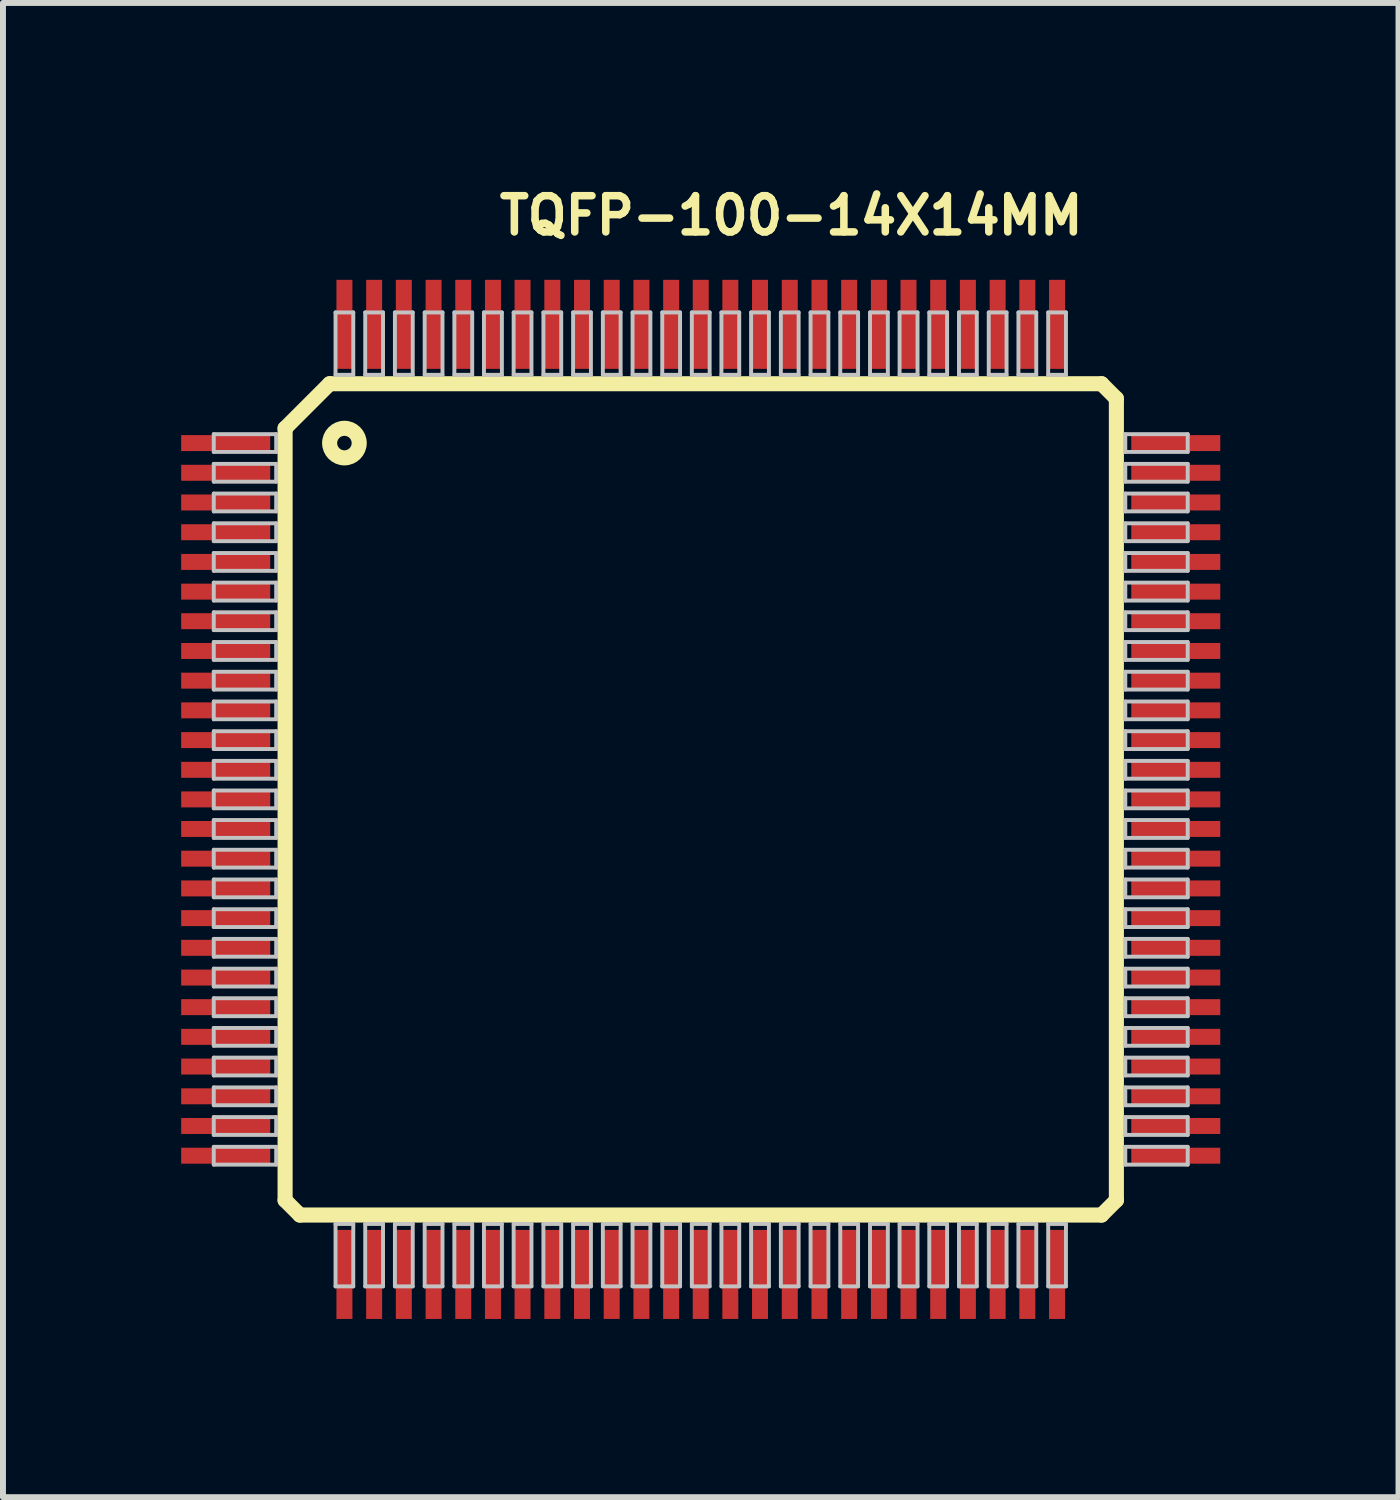
<source format=kicad_pcb>
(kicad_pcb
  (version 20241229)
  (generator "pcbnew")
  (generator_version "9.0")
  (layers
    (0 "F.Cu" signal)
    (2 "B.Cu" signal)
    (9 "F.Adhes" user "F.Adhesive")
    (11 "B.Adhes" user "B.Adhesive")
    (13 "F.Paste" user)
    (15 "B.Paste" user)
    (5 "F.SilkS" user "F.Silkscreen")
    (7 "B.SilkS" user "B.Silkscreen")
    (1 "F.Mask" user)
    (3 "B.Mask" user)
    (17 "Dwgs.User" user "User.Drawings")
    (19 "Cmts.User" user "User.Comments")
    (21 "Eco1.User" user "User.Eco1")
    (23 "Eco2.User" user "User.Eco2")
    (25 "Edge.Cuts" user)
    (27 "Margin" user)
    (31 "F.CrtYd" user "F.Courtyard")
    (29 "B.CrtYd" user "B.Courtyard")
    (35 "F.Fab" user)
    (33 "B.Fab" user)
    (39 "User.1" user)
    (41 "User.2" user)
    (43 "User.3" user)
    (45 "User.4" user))
  (footprint "TQFP-100-14X14MM"
    (layer "F.Cu")
    (at 8.748 10.409)
    (property "Reference" "TQFP-100-14X14MM" (at 1.524 -9.83 0) (layer "F.SilkS") (effects (font (size 0.61 0.61) (thickness 0.127))))
    (attr smd)
    (fp_line (start -6.998 -6.248) (end -6.248 -6.998) (stroke (width 0.254) (type solid)) (layer "F.SilkS"))
    (fp_line (start -6.998 6.749) (end -6.998 -6.248) (stroke (width 0.254) (type solid)) (layer "F.SilkS"))
    (fp_line (start -6.749 6.998) (end -6.998 6.749) (stroke (width 0.254) (type solid)) (layer "F.SilkS"))
    (fp_line (start -6.248 -6.998) (end 6.749 -6.998) (stroke (width 0.254) (type solid)) (layer "F.SilkS"))
    (fp_line (start 6.749 -6.998) (end 6.998 -6.749) (stroke (width 0.254) (type solid)) (layer "F.SilkS"))
    (fp_line (start 6.749 6.998) (end -6.749 6.998) (stroke (width 0.254) (type solid)) (layer "F.SilkS"))
    (fp_line (start 6.998 -6.749) (end 6.998 6.749) (stroke (width 0.254) (type solid)) (layer "F.SilkS"))
    (fp_line (start 6.998 6.749) (end 6.749 6.998) (stroke (width 0.254) (type solid)) (layer "F.SilkS"))
    (fp_circle (center -5.999 -5.999) (end -5.999 -6.248) (stroke (width 0.254) (type solid)) (fill no) (layer "F.SilkS"))
    (fp_line (start -8.199 -6.149) (end -7.148 -6.149) (stroke (width 0.066) (type solid)) (layer "Dwgs.User"))
    (fp_line (start -8.199 -5.85) (end -8.199 -6.149) (stroke (width 0.066) (type solid)) (layer "Dwgs.User"))
    (fp_line (start -8.199 -5.85) (end -7.148 -5.85) (stroke (width 0.066) (type solid)) (layer "Dwgs.User"))
    (fp_line (start -8.199 -5.649) (end -7.148 -5.649) (stroke (width 0.066) (type solid)) (layer "Dwgs.User"))
    (fp_line (start -8.199 -5.349) (end -8.199 -5.649) (stroke (width 0.066) (type solid)) (layer "Dwgs.User"))
    (fp_line (start -8.199 -5.349) (end -7.148 -5.349) (stroke (width 0.066) (type solid)) (layer "Dwgs.User"))
    (fp_line (start -8.199 -5.149) (end -7.148 -5.149) (stroke (width 0.066) (type solid)) (layer "Dwgs.User"))
    (fp_line (start -8.199 -4.849) (end -8.199 -5.149) (stroke (width 0.066) (type solid)) (layer "Dwgs.User"))
    (fp_line (start -8.199 -4.849) (end -7.148 -4.849) (stroke (width 0.066) (type solid)) (layer "Dwgs.User"))
    (fp_line (start -8.199 -4.648) (end -7.148 -4.648) (stroke (width 0.066) (type solid)) (layer "Dwgs.User"))
    (fp_line (start -8.199 -4.348) (end -8.199 -4.648) (stroke (width 0.066) (type solid)) (layer "Dwgs.User"))
    (fp_line (start -8.199 -4.348) (end -7.148 -4.348) (stroke (width 0.066) (type solid)) (layer "Dwgs.User"))
    (fp_line (start -8.199 -4.148) (end -7.148 -4.148) (stroke (width 0.066) (type solid)) (layer "Dwgs.User"))
    (fp_line (start -8.199 -3.848) (end -8.199 -4.148) (stroke (width 0.066) (type solid)) (layer "Dwgs.User"))
    (fp_line (start -8.199 -3.848) (end -7.148 -3.848) (stroke (width 0.066) (type solid)) (layer "Dwgs.User"))
    (fp_line (start -8.199 -3.65) (end -7.148 -3.65) (stroke (width 0.066) (type solid)) (layer "Dwgs.User"))
    (fp_line (start -8.199 -3.348) (end -8.199 -3.65) (stroke (width 0.066) (type solid)) (layer "Dwgs.User"))
    (fp_line (start -8.199 -3.348) (end -7.148 -3.348) (stroke (width 0.066) (type solid)) (layer "Dwgs.User"))
    (fp_line (start -8.199 -3.15) (end -7.148 -3.15) (stroke (width 0.066) (type solid)) (layer "Dwgs.User"))
    (fp_line (start -8.199 -2.85) (end -8.199 -3.15) (stroke (width 0.066) (type solid)) (layer "Dwgs.User"))
    (fp_line (start -8.199 -2.85) (end -7.148 -2.85) (stroke (width 0.066) (type solid)) (layer "Dwgs.User"))
    (fp_line (start -8.199 -2.649) (end -7.148 -2.649) (stroke (width 0.066) (type solid)) (layer "Dwgs.User"))
    (fp_line (start -8.199 -2.349) (end -8.199 -2.649) (stroke (width 0.066) (type solid)) (layer "Dwgs.User"))
    (fp_line (start -8.199 -2.349) (end -7.148 -2.349) (stroke (width 0.066) (type solid)) (layer "Dwgs.User"))
    (fp_line (start -8.199 -2.149) (end -7.148 -2.149) (stroke (width 0.066) (type solid)) (layer "Dwgs.User"))
    (fp_line (start -8.199 -1.849) (end -8.199 -2.149) (stroke (width 0.066) (type solid)) (layer "Dwgs.User"))
    (fp_line (start -8.199 -1.849) (end -7.148 -1.849) (stroke (width 0.066) (type solid)) (layer "Dwgs.User"))
    (fp_line (start -8.199 -1.648) (end -7.148 -1.648) (stroke (width 0.066) (type solid)) (layer "Dwgs.User"))
    (fp_line (start -8.199 -1.349) (end -8.199 -1.648) (stroke (width 0.066) (type solid)) (layer "Dwgs.User"))
    (fp_line (start -8.199 -1.349) (end -7.148 -1.349) (stroke (width 0.066) (type solid)) (layer "Dwgs.User"))
    (fp_line (start -8.199 -1.148) (end -7.148 -1.148) (stroke (width 0.066) (type solid)) (layer "Dwgs.User"))
    (fp_line (start -8.199 -0.848) (end -8.199 -1.148) (stroke (width 0.066) (type solid)) (layer "Dwgs.User"))
    (fp_line (start -8.199 -0.848) (end -7.148 -0.848) (stroke (width 0.066) (type solid)) (layer "Dwgs.User"))
    (fp_line (start -8.199 -0.648) (end -7.148 -0.648) (stroke (width 0.066) (type solid)) (layer "Dwgs.User"))
    (fp_line (start -8.199 -0.348) (end -8.199 -0.648) (stroke (width 0.066) (type solid)) (layer "Dwgs.User"))
    (fp_line (start -8.199 -0.348) (end -7.148 -0.348) (stroke (width 0.066) (type solid)) (layer "Dwgs.User"))
    (fp_line (start -8.199 -0.15) (end -7.148 -0.15) (stroke (width 0.066) (type solid)) (layer "Dwgs.User"))
    (fp_line (start -8.199 0.15) (end -8.199 -0.15) (stroke (width 0.066) (type solid)) (layer "Dwgs.User"))
    (fp_line (start -8.199 0.15) (end -7.148 0.15) (stroke (width 0.066) (type solid)) (layer "Dwgs.User"))
    (fp_line (start -8.199 0.348) (end -7.148 0.348) (stroke (width 0.066) (type solid)) (layer "Dwgs.User"))
    (fp_line (start -8.199 0.648) (end -8.199 0.348) (stroke (width 0.066) (type solid)) (layer "Dwgs.User"))
    (fp_line (start -8.199 0.648) (end -7.148 0.648) (stroke (width 0.066) (type solid)) (layer "Dwgs.User"))
    (fp_line (start -8.199 0.848) (end -7.148 0.848) (stroke (width 0.066) (type solid)) (layer "Dwgs.User"))
    (fp_line (start -8.199 1.148) (end -8.199 0.848) (stroke (width 0.066) (type solid)) (layer "Dwgs.User"))
    (fp_line (start -8.199 1.148) (end -7.148 1.148) (stroke (width 0.066) (type solid)) (layer "Dwgs.User"))
    (fp_line (start -8.199 1.349) (end -7.148 1.349) (stroke (width 0.066) (type solid)) (layer "Dwgs.User"))
    (fp_line (start -8.199 1.648) (end -8.199 1.349) (stroke (width 0.066) (type solid)) (layer "Dwgs.User"))
    (fp_line (start -8.199 1.648) (end -7.148 1.648) (stroke (width 0.066) (type solid)) (layer "Dwgs.User"))
    (fp_line (start -8.199 1.849) (end -7.148 1.849) (stroke (width 0.066) (type solid)) (layer "Dwgs.User"))
    (fp_line (start -8.199 2.149) (end -8.199 1.849) (stroke (width 0.066) (type solid)) (layer "Dwgs.User"))
    (fp_line (start -8.199 2.149) (end -7.148 2.149) (stroke (width 0.066) (type solid)) (layer "Dwgs.User"))
    (fp_line (start -8.199 2.349) (end -7.148 2.349) (stroke (width 0.066) (type solid)) (layer "Dwgs.User"))
    (fp_line (start -8.199 2.649) (end -8.199 2.349) (stroke (width 0.066) (type solid)) (layer "Dwgs.User"))
    (fp_line (start -8.199 2.649) (end -7.148 2.649) (stroke (width 0.066) (type solid)) (layer "Dwgs.User"))
    (fp_line (start -8.199 2.85) (end -7.148 2.85) (stroke (width 0.066) (type solid)) (layer "Dwgs.User"))
    (fp_line (start -8.199 3.15) (end -8.199 2.85) (stroke (width 0.066) (type solid)) (layer "Dwgs.User"))
    (fp_line (start -8.199 3.15) (end -7.148 3.15) (stroke (width 0.066) (type solid)) (layer "Dwgs.User"))
    (fp_line (start -8.199 3.348) (end -7.148 3.348) (stroke (width 0.066) (type solid)) (layer "Dwgs.User"))
    (fp_line (start -8.199 3.65) (end -8.199 3.348) (stroke (width 0.066) (type solid)) (layer "Dwgs.User"))
    (fp_line (start -8.199 3.65) (end -7.148 3.65) (stroke (width 0.066) (type solid)) (layer "Dwgs.User"))
    (fp_line (start -8.199 3.848) (end -7.148 3.848) (stroke (width 0.066) (type solid)) (layer "Dwgs.User"))
    (fp_line (start -8.199 4.148) (end -8.199 3.848) (stroke (width 0.066) (type solid)) (layer "Dwgs.User"))
    (fp_line (start -8.199 4.148) (end -7.148 4.148) (stroke (width 0.066) (type solid)) (layer "Dwgs.User"))
    (fp_line (start -8.199 4.348) (end -7.148 4.348) (stroke (width 0.066) (type solid)) (layer "Dwgs.User"))
    (fp_line (start -8.199 4.648) (end -8.199 4.348) (stroke (width 0.066) (type solid)) (layer "Dwgs.User"))
    (fp_line (start -8.199 4.648) (end -7.148 4.648) (stroke (width 0.066) (type solid)) (layer "Dwgs.User"))
    (fp_line (start -8.199 4.849) (end -7.148 4.849) (stroke (width 0.066) (type solid)) (layer "Dwgs.User"))
    (fp_line (start -8.199 5.149) (end -8.199 4.849) (stroke (width 0.066) (type solid)) (layer "Dwgs.User"))
    (fp_line (start -8.199 5.149) (end -7.148 5.149) (stroke (width 0.066) (type solid)) (layer "Dwgs.User"))
    (fp_line (start -8.199 5.349) (end -7.148 5.349) (stroke (width 0.066) (type solid)) (layer "Dwgs.User"))
    (fp_line (start -8.199 5.649) (end -8.199 5.349) (stroke (width 0.066) (type solid)) (layer "Dwgs.User"))
    (fp_line (start -8.199 5.649) (end -7.148 5.649) (stroke (width 0.066) (type solid)) (layer "Dwgs.User"))
    (fp_line (start -8.199 5.85) (end -7.148 5.85) (stroke (width 0.066) (type solid)) (layer "Dwgs.User"))
    (fp_line (start -8.199 6.149) (end -8.199 5.85) (stroke (width 0.066) (type solid)) (layer "Dwgs.User"))
    (fp_line (start -8.199 6.149) (end -7.148 6.149) (stroke (width 0.066) (type solid)) (layer "Dwgs.User"))
    (fp_line (start -7.148 -5.85) (end -7.148 -6.149) (stroke (width 0.066) (type solid)) (layer "Dwgs.User"))
    (fp_line (start -7.148 -5.349) (end -7.148 -5.649) (stroke (width 0.066) (type solid)) (layer "Dwgs.User"))
    (fp_line (start -7.148 -4.849) (end -7.148 -5.149) (stroke (width 0.066) (type solid)) (layer "Dwgs.User"))
    (fp_line (start -7.148 -4.348) (end -7.148 -4.648) (stroke (width 0.066) (type solid)) (layer "Dwgs.User"))
    (fp_line (start -7.148 -3.848) (end -7.148 -4.148) (stroke (width 0.066) (type solid)) (layer "Dwgs.User"))
    (fp_line (start -7.148 -3.348) (end -7.148 -3.65) (stroke (width 0.066) (type solid)) (layer "Dwgs.User"))
    (fp_line (start -7.148 -2.85) (end -7.148 -3.15) (stroke (width 0.066) (type solid)) (layer "Dwgs.User"))
    (fp_line (start -7.148 -2.349) (end -7.148 -2.649) (stroke (width 0.066) (type solid)) (layer "Dwgs.User"))
    (fp_line (start -7.148 -1.849) (end -7.148 -2.149) (stroke (width 0.066) (type solid)) (layer "Dwgs.User"))
    (fp_line (start -7.148 -1.349) (end -7.148 -1.648) (stroke (width 0.066) (type solid)) (layer "Dwgs.User"))
    (fp_line (start -7.148 -0.848) (end -7.148 -1.148) (stroke (width 0.066) (type solid)) (layer "Dwgs.User"))
    (fp_line (start -7.148 -0.348) (end -7.148 -0.648) (stroke (width 0.066) (type solid)) (layer "Dwgs.User"))
    (fp_line (start -7.148 0.15) (end -7.148 -0.15) (stroke (width 0.066) (type solid)) (layer "Dwgs.User"))
    (fp_line (start -7.148 0.648) (end -7.148 0.348) (stroke (width 0.066) (type solid)) (layer "Dwgs.User"))
    (fp_line (start -7.148 1.148) (end -7.148 0.848) (stroke (width 0.066) (type solid)) (layer "Dwgs.User"))
    (fp_line (start -7.148 1.648) (end -7.148 1.349) (stroke (width 0.066) (type solid)) (layer "Dwgs.User"))
    (fp_line (start -7.148 2.149) (end -7.148 1.849) (stroke (width 0.066) (type solid)) (layer "Dwgs.User"))
    (fp_line (start -7.148 2.649) (end -7.148 2.349) (stroke (width 0.066) (type solid)) (layer "Dwgs.User"))
    (fp_line (start -7.148 3.15) (end -7.148 2.85) (stroke (width 0.066) (type solid)) (layer "Dwgs.User"))
    (fp_line (start -7.148 3.65) (end -7.148 3.348) (stroke (width 0.066) (type solid)) (layer "Dwgs.User"))
    (fp_line (start -7.148 4.148) (end -7.148 3.848) (stroke (width 0.066) (type solid)) (layer "Dwgs.User"))
    (fp_line (start -7.148 4.648) (end -7.148 4.348) (stroke (width 0.066) (type solid)) (layer "Dwgs.User"))
    (fp_line (start -7.148 5.149) (end -7.148 4.849) (stroke (width 0.066) (type solid)) (layer "Dwgs.User"))
    (fp_line (start -7.148 5.649) (end -7.148 5.349) (stroke (width 0.066) (type solid)) (layer "Dwgs.User"))
    (fp_line (start -7.148 6.149) (end -7.148 5.85) (stroke (width 0.066) (type solid)) (layer "Dwgs.User"))
    (fp_line (start -6.149 -8.199) (end -5.85 -8.199) (stroke (width 0.066) (type solid)) (layer "Dwgs.User"))
    (fp_line (start -6.149 -7.148) (end -6.149 -8.199) (stroke (width 0.066) (type solid)) (layer "Dwgs.User"))
    (fp_line (start -6.149 -7.148) (end -5.85 -7.148) (stroke (width 0.066) (type solid)) (layer "Dwgs.User"))
    (fp_line (start -6.149 7.148) (end -5.85 7.148) (stroke (width 0.066) (type solid)) (layer "Dwgs.User"))
    (fp_line (start -6.149 8.199) (end -6.149 7.148) (stroke (width 0.066) (type solid)) (layer "Dwgs.User"))
    (fp_line (start -6.149 8.199) (end -5.85 8.199) (stroke (width 0.066) (type solid)) (layer "Dwgs.User"))
    (fp_line (start -5.85 -7.148) (end -5.85 -8.199) (stroke (width 0.066) (type solid)) (layer "Dwgs.User"))
    (fp_line (start -5.85 8.199) (end -5.85 7.148) (stroke (width 0.066) (type solid)) (layer "Dwgs.User"))
    (fp_line (start -5.649 -8.199) (end -5.349 -8.199) (stroke (width 0.066) (type solid)) (layer "Dwgs.User"))
    (fp_line (start -5.649 -7.148) (end -5.649 -8.199) (stroke (width 0.066) (type solid)) (layer "Dwgs.User"))
    (fp_line (start -5.649 -7.148) (end -5.349 -7.148) (stroke (width 0.066) (type solid)) (layer "Dwgs.User"))
    (fp_line (start -5.649 7.148) (end -5.349 7.148) (stroke (width 0.066) (type solid)) (layer "Dwgs.User"))
    (fp_line (start -5.649 8.199) (end -5.649 7.148) (stroke (width 0.066) (type solid)) (layer "Dwgs.User"))
    (fp_line (start -5.649 8.199) (end -5.349 8.199) (stroke (width 0.066) (type solid)) (layer "Dwgs.User"))
    (fp_line (start -5.349 -7.148) (end -5.349 -8.199) (stroke (width 0.066) (type solid)) (layer "Dwgs.User"))
    (fp_line (start -5.349 8.199) (end -5.349 7.148) (stroke (width 0.066) (type solid)) (layer "Dwgs.User"))
    (fp_line (start -5.149 -8.199) (end -4.849 -8.199) (stroke (width 0.066) (type solid)) (layer "Dwgs.User"))
    (fp_line (start -5.149 -7.148) (end -5.149 -8.199) (stroke (width 0.066) (type solid)) (layer "Dwgs.User"))
    (fp_line (start -5.149 -7.148) (end -4.849 -7.148) (stroke (width 0.066) (type solid)) (layer "Dwgs.User"))
    (fp_line (start -5.149 7.148) (end -4.849 7.148) (stroke (width 0.066) (type solid)) (layer "Dwgs.User"))
    (fp_line (start -5.149 8.199) (end -5.149 7.148) (stroke (width 0.066) (type solid)) (layer "Dwgs.User"))
    (fp_line (start -5.149 8.199) (end -4.849 8.199) (stroke (width 0.066) (type solid)) (layer "Dwgs.User"))
    (fp_line (start -4.849 -7.148) (end -4.849 -8.199) (stroke (width 0.066) (type solid)) (layer "Dwgs.User"))
    (fp_line (start -4.849 8.199) (end -4.849 7.148) (stroke (width 0.066) (type solid)) (layer "Dwgs.User"))
    (fp_line (start -4.648 -8.199) (end -4.348 -8.199) (stroke (width 0.066) (type solid)) (layer "Dwgs.User"))
    (fp_line (start -4.648 -7.148) (end -4.648 -8.199) (stroke (width 0.066) (type solid)) (layer "Dwgs.User"))
    (fp_line (start -4.648 -7.148) (end -4.348 -7.148) (stroke (width 0.066) (type solid)) (layer "Dwgs.User"))
    (fp_line (start -4.648 7.148) (end -4.348 7.148) (stroke (width 0.066) (type solid)) (layer "Dwgs.User"))
    (fp_line (start -4.648 8.199) (end -4.648 7.148) (stroke (width 0.066) (type solid)) (layer "Dwgs.User"))
    (fp_line (start -4.648 8.199) (end -4.348 8.199) (stroke (width 0.066) (type solid)) (layer "Dwgs.User"))
    (fp_line (start -4.348 -7.148) (end -4.348 -8.199) (stroke (width 0.066) (type solid)) (layer "Dwgs.User"))
    (fp_line (start -4.348 8.199) (end -4.348 7.148) (stroke (width 0.066) (type solid)) (layer "Dwgs.User"))
    (fp_line (start -4.148 -8.199) (end -3.848 -8.199) (stroke (width 0.066) (type solid)) (layer "Dwgs.User"))
    (fp_line (start -4.148 -7.148) (end -4.148 -8.199) (stroke (width 0.066) (type solid)) (layer "Dwgs.User"))
    (fp_line (start -4.148 -7.148) (end -3.848 -7.148) (stroke (width 0.066) (type solid)) (layer "Dwgs.User"))
    (fp_line (start -4.148 7.148) (end -3.848 7.148) (stroke (width 0.066) (type solid)) (layer "Dwgs.User"))
    (fp_line (start -4.148 8.199) (end -4.148 7.148) (stroke (width 0.066) (type solid)) (layer "Dwgs.User"))
    (fp_line (start -4.148 8.199) (end -3.848 8.199) (stroke (width 0.066) (type solid)) (layer "Dwgs.User"))
    (fp_line (start -3.848 -7.148) (end -3.848 -8.199) (stroke (width 0.066) (type solid)) (layer "Dwgs.User"))
    (fp_line (start -3.848 8.199) (end -3.848 7.148) (stroke (width 0.066) (type solid)) (layer "Dwgs.User"))
    (fp_line (start -3.65 -8.199) (end -3.348 -8.199) (stroke (width 0.066) (type solid)) (layer "Dwgs.User"))
    (fp_line (start -3.65 -7.148) (end -3.65 -8.199) (stroke (width 0.066) (type solid)) (layer "Dwgs.User"))
    (fp_line (start -3.65 -7.148) (end -3.348 -7.148) (stroke (width 0.066) (type solid)) (layer "Dwgs.User"))
    (fp_line (start -3.65 7.148) (end -3.348 7.148) (stroke (width 0.066) (type solid)) (layer "Dwgs.User"))
    (fp_line (start -3.65 8.199) (end -3.65 7.148) (stroke (width 0.066) (type solid)) (layer "Dwgs.User"))
    (fp_line (start -3.65 8.199) (end -3.348 8.199) (stroke (width 0.066) (type solid)) (layer "Dwgs.User"))
    (fp_line (start -3.348 -7.148) (end -3.348 -8.199) (stroke (width 0.066) (type solid)) (layer "Dwgs.User"))
    (fp_line (start -3.348 8.199) (end -3.348 7.148) (stroke (width 0.066) (type solid)) (layer "Dwgs.User"))
    (fp_line (start -3.15 -8.199) (end -2.85 -8.199) (stroke (width 0.066) (type solid)) (layer "Dwgs.User"))
    (fp_line (start -3.15 -7.148) (end -3.15 -8.199) (stroke (width 0.066) (type solid)) (layer "Dwgs.User"))
    (fp_line (start -3.15 -7.148) (end -2.85 -7.148) (stroke (width 0.066) (type solid)) (layer "Dwgs.User"))
    (fp_line (start -3.15 7.148) (end -2.85 7.148) (stroke (width 0.066) (type solid)) (layer "Dwgs.User"))
    (fp_line (start -3.15 8.199) (end -3.15 7.148) (stroke (width 0.066) (type solid)) (layer "Dwgs.User"))
    (fp_line (start -3.15 8.199) (end -2.85 8.199) (stroke (width 0.066) (type solid)) (layer "Dwgs.User"))
    (fp_line (start -2.85 -7.148) (end -2.85 -8.199) (stroke (width 0.066) (type solid)) (layer "Dwgs.User"))
    (fp_line (start -2.85 8.199) (end -2.85 7.148) (stroke (width 0.066) (type solid)) (layer "Dwgs.User"))
    (fp_line (start -2.649 -8.199) (end -2.349 -8.199) (stroke (width 0.066) (type solid)) (layer "Dwgs.User"))
    (fp_line (start -2.649 -7.148) (end -2.649 -8.199) (stroke (width 0.066) (type solid)) (layer "Dwgs.User"))
    (fp_line (start -2.649 -7.148) (end -2.349 -7.148) (stroke (width 0.066) (type solid)) (layer "Dwgs.User"))
    (fp_line (start -2.649 7.148) (end -2.349 7.148) (stroke (width 0.066) (type solid)) (layer "Dwgs.User"))
    (fp_line (start -2.649 8.199) (end -2.649 7.148) (stroke (width 0.066) (type solid)) (layer "Dwgs.User"))
    (fp_line (start -2.649 8.199) (end -2.349 8.199) (stroke (width 0.066) (type solid)) (layer "Dwgs.User"))
    (fp_line (start -2.349 -7.148) (end -2.349 -8.199) (stroke (width 0.066) (type solid)) (layer "Dwgs.User"))
    (fp_line (start -2.349 8.199) (end -2.349 7.148) (stroke (width 0.066) (type solid)) (layer "Dwgs.User"))
    (fp_line (start -2.149 -8.199) (end -1.849 -8.199) (stroke (width 0.066) (type solid)) (layer "Dwgs.User"))
    (fp_line (start -2.149 -7.148) (end -2.149 -8.199) (stroke (width 0.066) (type solid)) (layer "Dwgs.User"))
    (fp_line (start -2.149 -7.148) (end -1.849 -7.148) (stroke (width 0.066) (type solid)) (layer "Dwgs.User"))
    (fp_line (start -2.149 7.148) (end -1.849 7.148) (stroke (width 0.066) (type solid)) (layer "Dwgs.User"))
    (fp_line (start -2.149 8.199) (end -2.149 7.148) (stroke (width 0.066) (type solid)) (layer "Dwgs.User"))
    (fp_line (start -2.149 8.199) (end -1.849 8.199) (stroke (width 0.066) (type solid)) (layer "Dwgs.User"))
    (fp_line (start -1.849 -7.148) (end -1.849 -8.199) (stroke (width 0.066) (type solid)) (layer "Dwgs.User"))
    (fp_line (start -1.849 8.199) (end -1.849 7.148) (stroke (width 0.066) (type solid)) (layer "Dwgs.User"))
    (fp_line (start -1.648 -8.199) (end -1.349 -8.199) (stroke (width 0.066) (type solid)) (layer "Dwgs.User"))
    (fp_line (start -1.648 -7.148) (end -1.648 -8.199) (stroke (width 0.066) (type solid)) (layer "Dwgs.User"))
    (fp_line (start -1.648 -7.148) (end -1.349 -7.148) (stroke (width 0.066) (type solid)) (layer "Dwgs.User"))
    (fp_line (start -1.648 7.148) (end -1.349 7.148) (stroke (width 0.066) (type solid)) (layer "Dwgs.User"))
    (fp_line (start -1.648 8.199) (end -1.648 7.148) (stroke (width 0.066) (type solid)) (layer "Dwgs.User"))
    (fp_line (start -1.648 8.199) (end -1.349 8.199) (stroke (width 0.066) (type solid)) (layer "Dwgs.User"))
    (fp_line (start -1.349 -7.148) (end -1.349 -8.199) (stroke (width 0.066) (type solid)) (layer "Dwgs.User"))
    (fp_line (start -1.349 8.199) (end -1.349 7.148) (stroke (width 0.066) (type solid)) (layer "Dwgs.User"))
    (fp_line (start -1.148 -8.199) (end -0.848 -8.199) (stroke (width 0.066) (type solid)) (layer "Dwgs.User"))
    (fp_line (start -1.148 -7.148) (end -1.148 -8.199) (stroke (width 0.066) (type solid)) (layer "Dwgs.User"))
    (fp_line (start -1.148 -7.148) (end -0.848 -7.148) (stroke (width 0.066) (type solid)) (layer "Dwgs.User"))
    (fp_line (start -1.148 7.148) (end -0.848 7.148) (stroke (width 0.066) (type solid)) (layer "Dwgs.User"))
    (fp_line (start -1.148 8.199) (end -1.148 7.148) (stroke (width 0.066) (type solid)) (layer "Dwgs.User"))
    (fp_line (start -1.148 8.199) (end -0.848 8.199) (stroke (width 0.066) (type solid)) (layer "Dwgs.User"))
    (fp_line (start -0.848 -7.148) (end -0.848 -8.199) (stroke (width 0.066) (type solid)) (layer "Dwgs.User"))
    (fp_line (start -0.848 8.199) (end -0.848 7.148) (stroke (width 0.066) (type solid)) (layer "Dwgs.User"))
    (fp_line (start -0.648 -8.199) (end -0.348 -8.199) (stroke (width 0.066) (type solid)) (layer "Dwgs.User"))
    (fp_line (start -0.648 -7.148) (end -0.648 -8.199) (stroke (width 0.066) (type solid)) (layer "Dwgs.User"))
    (fp_line (start -0.648 -7.148) (end -0.348 -7.148) (stroke (width 0.066) (type solid)) (layer "Dwgs.User"))
    (fp_line (start -0.648 7.148) (end -0.348 7.148) (stroke (width 0.066) (type solid)) (layer "Dwgs.User"))
    (fp_line (start -0.648 8.199) (end -0.648 7.148) (stroke (width 0.066) (type solid)) (layer "Dwgs.User"))
    (fp_line (start -0.648 8.199) (end -0.348 8.199) (stroke (width 0.066) (type solid)) (layer "Dwgs.User"))
    (fp_line (start -0.348 -7.148) (end -0.348 -8.199) (stroke (width 0.066) (type solid)) (layer "Dwgs.User"))
    (fp_line (start -0.348 8.199) (end -0.348 7.148) (stroke (width 0.066) (type solid)) (layer "Dwgs.User"))
    (fp_line (start -0.15 -8.199) (end 0.15 -8.199) (stroke (width 0.066) (type solid)) (layer "Dwgs.User"))
    (fp_line (start -0.15 -7.148) (end -0.15 -8.199) (stroke (width 0.066) (type solid)) (layer "Dwgs.User"))
    (fp_line (start -0.15 -7.148) (end 0.15 -7.148) (stroke (width 0.066) (type solid)) (layer "Dwgs.User"))
    (fp_line (start -0.15 7.148) (end 0.15 7.148) (stroke (width 0.066) (type solid)) (layer "Dwgs.User"))
    (fp_line (start -0.15 8.199) (end -0.15 7.148) (stroke (width 0.066) (type solid)) (layer "Dwgs.User"))
    (fp_line (start -0.15 8.199) (end 0.15 8.199) (stroke (width 0.066) (type solid)) (layer "Dwgs.User"))
    (fp_line (start 0.15 -7.148) (end 0.15 -8.199) (stroke (width 0.066) (type solid)) (layer "Dwgs.User"))
    (fp_line (start 0.15 8.199) (end 0.15 7.148) (stroke (width 0.066) (type solid)) (layer "Dwgs.User"))
    (fp_line (start 0.348 -8.199) (end 0.648 -8.199) (stroke (width 0.066) (type solid)) (layer "Dwgs.User"))
    (fp_line (start 0.348 -7.148) (end 0.348 -8.199) (stroke (width 0.066) (type solid)) (layer "Dwgs.User"))
    (fp_line (start 0.348 -7.148) (end 0.648 -7.148) (stroke (width 0.066) (type solid)) (layer "Dwgs.User"))
    (fp_line (start 0.348 7.148) (end 0.648 7.148) (stroke (width 0.066) (type solid)) (layer "Dwgs.User"))
    (fp_line (start 0.348 8.199) (end 0.348 7.148) (stroke (width 0.066) (type solid)) (layer "Dwgs.User"))
    (fp_line (start 0.348 8.199) (end 0.648 8.199) (stroke (width 0.066) (type solid)) (layer "Dwgs.User"))
    (fp_line (start 0.648 -7.148) (end 0.648 -8.199) (stroke (width 0.066) (type solid)) (layer "Dwgs.User"))
    (fp_line (start 0.648 8.199) (end 0.648 7.148) (stroke (width 0.066) (type solid)) (layer "Dwgs.User"))
    (fp_line (start 0.848 -8.199) (end 1.148 -8.199) (stroke (width 0.066) (type solid)) (layer "Dwgs.User"))
    (fp_line (start 0.848 -7.148) (end 0.848 -8.199) (stroke (width 0.066) (type solid)) (layer "Dwgs.User"))
    (fp_line (start 0.848 -7.148) (end 1.148 -7.148) (stroke (width 0.066) (type solid)) (layer "Dwgs.User"))
    (fp_line (start 0.848 7.148) (end 1.148 7.148) (stroke (width 0.066) (type solid)) (layer "Dwgs.User"))
    (fp_line (start 0.848 8.199) (end 0.848 7.148) (stroke (width 0.066) (type solid)) (layer "Dwgs.User"))
    (fp_line (start 0.848 8.199) (end 1.148 8.199) (stroke (width 0.066) (type solid)) (layer "Dwgs.User"))
    (fp_line (start 1.148 -7.148) (end 1.148 -8.199) (stroke (width 0.066) (type solid)) (layer "Dwgs.User"))
    (fp_line (start 1.148 8.199) (end 1.148 7.148) (stroke (width 0.066) (type solid)) (layer "Dwgs.User"))
    (fp_line (start 1.349 -8.199) (end 1.648 -8.199) (stroke (width 0.066) (type solid)) (layer "Dwgs.User"))
    (fp_line (start 1.349 -7.148) (end 1.349 -8.199) (stroke (width 0.066) (type solid)) (layer "Dwgs.User"))
    (fp_line (start 1.349 -7.148) (end 1.648 -7.148) (stroke (width 0.066) (type solid)) (layer "Dwgs.User"))
    (fp_line (start 1.349 7.148) (end 1.648 7.148) (stroke (width 0.066) (type solid)) (layer "Dwgs.User"))
    (fp_line (start 1.349 8.199) (end 1.349 7.148) (stroke (width 0.066) (type solid)) (layer "Dwgs.User"))
    (fp_line (start 1.349 8.199) (end 1.648 8.199) (stroke (width 0.066) (type solid)) (layer "Dwgs.User"))
    (fp_line (start 1.648 -7.148) (end 1.648 -8.199) (stroke (width 0.066) (type solid)) (layer "Dwgs.User"))
    (fp_line (start 1.648 8.199) (end 1.648 7.148) (stroke (width 0.066) (type solid)) (layer "Dwgs.User"))
    (fp_line (start 1.849 -8.199) (end 2.149 -8.199) (stroke (width 0.066) (type solid)) (layer "Dwgs.User"))
    (fp_line (start 1.849 -7.148) (end 1.849 -8.199) (stroke (width 0.066) (type solid)) (layer "Dwgs.User"))
    (fp_line (start 1.849 -7.148) (end 2.149 -7.148) (stroke (width 0.066) (type solid)) (layer "Dwgs.User"))
    (fp_line (start 1.849 7.148) (end 2.149 7.148) (stroke (width 0.066) (type solid)) (layer "Dwgs.User"))
    (fp_line (start 1.849 8.199) (end 1.849 7.148) (stroke (width 0.066) (type solid)) (layer "Dwgs.User"))
    (fp_line (start 1.849 8.199) (end 2.149 8.199) (stroke (width 0.066) (type solid)) (layer "Dwgs.User"))
    (fp_line (start 2.149 -7.148) (end 2.149 -8.199) (stroke (width 0.066) (type solid)) (layer "Dwgs.User"))
    (fp_line (start 2.149 8.199) (end 2.149 7.148) (stroke (width 0.066) (type solid)) (layer "Dwgs.User"))
    (fp_line (start 2.349 -8.199) (end 2.649 -8.199) (stroke (width 0.066) (type solid)) (layer "Dwgs.User"))
    (fp_line (start 2.349 -7.148) (end 2.349 -8.199) (stroke (width 0.066) (type solid)) (layer "Dwgs.User"))
    (fp_line (start 2.349 -7.148) (end 2.649 -7.148) (stroke (width 0.066) (type solid)) (layer "Dwgs.User"))
    (fp_line (start 2.349 7.148) (end 2.649 7.148) (stroke (width 0.066) (type solid)) (layer "Dwgs.User"))
    (fp_line (start 2.349 8.199) (end 2.349 7.148) (stroke (width 0.066) (type solid)) (layer "Dwgs.User"))
    (fp_line (start 2.349 8.199) (end 2.649 8.199) (stroke (width 0.066) (type solid)) (layer "Dwgs.User"))
    (fp_line (start 2.649 -7.148) (end 2.649 -8.199) (stroke (width 0.066) (type solid)) (layer "Dwgs.User"))
    (fp_line (start 2.649 8.199) (end 2.649 7.148) (stroke (width 0.066) (type solid)) (layer "Dwgs.User"))
    (fp_line (start 2.85 -8.199) (end 3.15 -8.199) (stroke (width 0.066) (type solid)) (layer "Dwgs.User"))
    (fp_line (start 2.85 -7.148) (end 2.85 -8.199) (stroke (width 0.066) (type solid)) (layer "Dwgs.User"))
    (fp_line (start 2.85 -7.148) (end 3.15 -7.148) (stroke (width 0.066) (type solid)) (layer "Dwgs.User"))
    (fp_line (start 2.85 7.148) (end 3.15 7.148) (stroke (width 0.066) (type solid)) (layer "Dwgs.User"))
    (fp_line (start 2.85 8.199) (end 2.85 7.148) (stroke (width 0.066) (type solid)) (layer "Dwgs.User"))
    (fp_line (start 2.85 8.199) (end 3.15 8.199) (stroke (width 0.066) (type solid)) (layer "Dwgs.User"))
    (fp_line (start 3.15 -7.148) (end 3.15 -8.199) (stroke (width 0.066) (type solid)) (layer "Dwgs.User"))
    (fp_line (start 3.15 8.199) (end 3.15 7.148) (stroke (width 0.066) (type solid)) (layer "Dwgs.User"))
    (fp_line (start 3.348 -8.199) (end 3.65 -8.199) (stroke (width 0.066) (type solid)) (layer "Dwgs.User"))
    (fp_line (start 3.348 -7.148) (end 3.348 -8.199) (stroke (width 0.066) (type solid)) (layer "Dwgs.User"))
    (fp_line (start 3.348 -7.148) (end 3.65 -7.148) (stroke (width 0.066) (type solid)) (layer "Dwgs.User"))
    (fp_line (start 3.348 7.148) (end 3.65 7.148) (stroke (width 0.066) (type solid)) (layer "Dwgs.User"))
    (fp_line (start 3.348 8.199) (end 3.348 7.148) (stroke (width 0.066) (type solid)) (layer "Dwgs.User"))
    (fp_line (start 3.348 8.199) (end 3.65 8.199) (stroke (width 0.066) (type solid)) (layer "Dwgs.User"))
    (fp_line (start 3.65 -7.148) (end 3.65 -8.199) (stroke (width 0.066) (type solid)) (layer "Dwgs.User"))
    (fp_line (start 3.65 8.199) (end 3.65 7.148) (stroke (width 0.066) (type solid)) (layer "Dwgs.User"))
    (fp_line (start 3.848 -8.199) (end 4.148 -8.199) (stroke (width 0.066) (type solid)) (layer "Dwgs.User"))
    (fp_line (start 3.848 -7.148) (end 3.848 -8.199) (stroke (width 0.066) (type solid)) (layer "Dwgs.User"))
    (fp_line (start 3.848 -7.148) (end 4.148 -7.148) (stroke (width 0.066) (type solid)) (layer "Dwgs.User"))
    (fp_line (start 3.848 7.148) (end 4.148 7.148) (stroke (width 0.066) (type solid)) (layer "Dwgs.User"))
    (fp_line (start 3.848 8.199) (end 3.848 7.148) (stroke (width 0.066) (type solid)) (layer "Dwgs.User"))
    (fp_line (start 3.848 8.199) (end 4.148 8.199) (stroke (width 0.066) (type solid)) (layer "Dwgs.User"))
    (fp_line (start 4.148 -7.148) (end 4.148 -8.199) (stroke (width 0.066) (type solid)) (layer "Dwgs.User"))
    (fp_line (start 4.148 8.199) (end 4.148 7.148) (stroke (width 0.066) (type solid)) (layer "Dwgs.User"))
    (fp_line (start 4.348 -8.199) (end 4.648 -8.199) (stroke (width 0.066) (type solid)) (layer "Dwgs.User"))
    (fp_line (start 4.348 -7.148) (end 4.348 -8.199) (stroke (width 0.066) (type solid)) (layer "Dwgs.User"))
    (fp_line (start 4.348 -7.148) (end 4.648 -7.148) (stroke (width 0.066) (type solid)) (layer "Dwgs.User"))
    (fp_line (start 4.348 7.148) (end 4.648 7.148) (stroke (width 0.066) (type solid)) (layer "Dwgs.User"))
    (fp_line (start 4.348 8.199) (end 4.348 7.148) (stroke (width 0.066) (type solid)) (layer "Dwgs.User"))
    (fp_line (start 4.348 8.199) (end 4.648 8.199) (stroke (width 0.066) (type solid)) (layer "Dwgs.User"))
    (fp_line (start 4.648 -7.148) (end 4.648 -8.199) (stroke (width 0.066) (type solid)) (layer "Dwgs.User"))
    (fp_line (start 4.648 8.199) (end 4.648 7.148) (stroke (width 0.066) (type solid)) (layer "Dwgs.User"))
    (fp_line (start 4.849 -8.199) (end 5.149 -8.199) (stroke (width 0.066) (type solid)) (layer "Dwgs.User"))
    (fp_line (start 4.849 -7.148) (end 4.849 -8.199) (stroke (width 0.066) (type solid)) (layer "Dwgs.User"))
    (fp_line (start 4.849 -7.148) (end 5.149 -7.148) (stroke (width 0.066) (type solid)) (layer "Dwgs.User"))
    (fp_line (start 4.849 7.148) (end 5.149 7.148) (stroke (width 0.066) (type solid)) (layer "Dwgs.User"))
    (fp_line (start 4.849 8.199) (end 4.849 7.148) (stroke (width 0.066) (type solid)) (layer "Dwgs.User"))
    (fp_line (start 4.849 8.199) (end 5.149 8.199) (stroke (width 0.066) (type solid)) (layer "Dwgs.User"))
    (fp_line (start 5.149 -7.148) (end 5.149 -8.199) (stroke (width 0.066) (type solid)) (layer "Dwgs.User"))
    (fp_line (start 5.149 8.199) (end 5.149 7.148) (stroke (width 0.066) (type solid)) (layer "Dwgs.User"))
    (fp_line (start 5.349 -8.199) (end 5.649 -8.199) (stroke (width 0.066) (type solid)) (layer "Dwgs.User"))
    (fp_line (start 5.349 -7.148) (end 5.349 -8.199) (stroke (width 0.066) (type solid)) (layer "Dwgs.User"))
    (fp_line (start 5.349 -7.148) (end 5.649 -7.148) (stroke (width 0.066) (type solid)) (layer "Dwgs.User"))
    (fp_line (start 5.349 7.148) (end 5.649 7.148) (stroke (width 0.066) (type solid)) (layer "Dwgs.User"))
    (fp_line (start 5.349 8.199) (end 5.349 7.148) (stroke (width 0.066) (type solid)) (layer "Dwgs.User"))
    (fp_line (start 5.349 8.199) (end 5.649 8.199) (stroke (width 0.066) (type solid)) (layer "Dwgs.User"))
    (fp_line (start 5.649 -7.148) (end 5.649 -8.199) (stroke (width 0.066) (type solid)) (layer "Dwgs.User"))
    (fp_line (start 5.649 8.199) (end 5.649 7.148) (stroke (width 0.066) (type solid)) (layer "Dwgs.User"))
    (fp_line (start 5.85 -8.199) (end 6.149 -8.199) (stroke (width 0.066) (type solid)) (layer "Dwgs.User"))
    (fp_line (start 5.85 -7.148) (end 5.85 -8.199) (stroke (width 0.066) (type solid)) (layer "Dwgs.User"))
    (fp_line (start 5.85 -7.148) (end 6.149 -7.148) (stroke (width 0.066) (type solid)) (layer "Dwgs.User"))
    (fp_line (start 5.85 7.148) (end 6.149 7.148) (stroke (width 0.066) (type solid)) (layer "Dwgs.User"))
    (fp_line (start 5.85 8.199) (end 5.85 7.148) (stroke (width 0.066) (type solid)) (layer "Dwgs.User"))
    (fp_line (start 5.85 8.199) (end 6.149 8.199) (stroke (width 0.066) (type solid)) (layer "Dwgs.User"))
    (fp_line (start 6.149 -7.148) (end 6.149 -8.199) (stroke (width 0.066) (type solid)) (layer "Dwgs.User"))
    (fp_line (start 6.149 8.199) (end 6.149 7.148) (stroke (width 0.066) (type solid)) (layer "Dwgs.User"))
    (fp_line (start 7.148 -6.149) (end 8.199 -6.149) (stroke (width 0.066) (type solid)) (layer "Dwgs.User"))
    (fp_line (start 7.148 -5.85) (end 7.148 -6.149) (stroke (width 0.066) (type solid)) (layer "Dwgs.User"))
    (fp_line (start 7.148 -5.85) (end 8.199 -5.85) (stroke (width 0.066) (type solid)) (layer "Dwgs.User"))
    (fp_line (start 7.148 -5.649) (end 8.199 -5.649) (stroke (width 0.066) (type solid)) (layer "Dwgs.User"))
    (fp_line (start 7.148 -5.349) (end 7.148 -5.649) (stroke (width 0.066) (type solid)) (layer "Dwgs.User"))
    (fp_line (start 7.148 -5.349) (end 8.199 -5.349) (stroke (width 0.066) (type solid)) (layer "Dwgs.User"))
    (fp_line (start 7.148 -5.149) (end 8.199 -5.149) (stroke (width 0.066) (type solid)) (layer "Dwgs.User"))
    (fp_line (start 7.148 -4.849) (end 7.148 -5.149) (stroke (width 0.066) (type solid)) (layer "Dwgs.User"))
    (fp_line (start 7.148 -4.849) (end 8.199 -4.849) (stroke (width 0.066) (type solid)) (layer "Dwgs.User"))
    (fp_line (start 7.148 -4.648) (end 8.199 -4.648) (stroke (width 0.066) (type solid)) (layer "Dwgs.User"))
    (fp_line (start 7.148 -4.348) (end 7.148 -4.648) (stroke (width 0.066) (type solid)) (layer "Dwgs.User"))
    (fp_line (start 7.148 -4.348) (end 8.199 -4.348) (stroke (width 0.066) (type solid)) (layer "Dwgs.User"))
    (fp_line (start 7.148 -4.148) (end 8.199 -4.148) (stroke (width 0.066) (type solid)) (layer "Dwgs.User"))
    (fp_line (start 7.148 -3.848) (end 7.148 -4.148) (stroke (width 0.066) (type solid)) (layer "Dwgs.User"))
    (fp_line (start 7.148 -3.848) (end 8.199 -3.848) (stroke (width 0.066) (type solid)) (layer "Dwgs.User"))
    (fp_line (start 7.148 -3.65) (end 8.199 -3.65) (stroke (width 0.066) (type solid)) (layer "Dwgs.User"))
    (fp_line (start 7.148 -3.348) (end 7.148 -3.65) (stroke (width 0.066) (type solid)) (layer "Dwgs.User"))
    (fp_line (start 7.148 -3.348) (end 8.199 -3.348) (stroke (width 0.066) (type solid)) (layer "Dwgs.User"))
    (fp_line (start 7.148 -3.15) (end 8.199 -3.15) (stroke (width 0.066) (type solid)) (layer "Dwgs.User"))
    (fp_line (start 7.148 -2.85) (end 7.148 -3.15) (stroke (width 0.066) (type solid)) (layer "Dwgs.User"))
    (fp_line (start 7.148 -2.85) (end 8.199 -2.85) (stroke (width 0.066) (type solid)) (layer "Dwgs.User"))
    (fp_line (start 7.148 -2.649) (end 8.199 -2.649) (stroke (width 0.066) (type solid)) (layer "Dwgs.User"))
    (fp_line (start 7.148 -2.349) (end 7.148 -2.649) (stroke (width 0.066) (type solid)) (layer "Dwgs.User"))
    (fp_line (start 7.148 -2.349) (end 8.199 -2.349) (stroke (width 0.066) (type solid)) (layer "Dwgs.User"))
    (fp_line (start 7.148 -2.149) (end 8.199 -2.149) (stroke (width 0.066) (type solid)) (layer "Dwgs.User"))
    (fp_line (start 7.148 -1.849) (end 7.148 -2.149) (stroke (width 0.066) (type solid)) (layer "Dwgs.User"))
    (fp_line (start 7.148 -1.849) (end 8.199 -1.849) (stroke (width 0.066) (type solid)) (layer "Dwgs.User"))
    (fp_line (start 7.148 -1.648) (end 8.199 -1.648) (stroke (width 0.066) (type solid)) (layer "Dwgs.User"))
    (fp_line (start 7.148 -1.349) (end 7.148 -1.648) (stroke (width 0.066) (type solid)) (layer "Dwgs.User"))
    (fp_line (start 7.148 -1.349) (end 8.199 -1.349) (stroke (width 0.066) (type solid)) (layer "Dwgs.User"))
    (fp_line (start 7.148 -1.148) (end 8.199 -1.148) (stroke (width 0.066) (type solid)) (layer "Dwgs.User"))
    (fp_line (start 7.148 -0.848) (end 7.148 -1.148) (stroke (width 0.066) (type solid)) (layer "Dwgs.User"))
    (fp_line (start 7.148 -0.848) (end 8.199 -0.848) (stroke (width 0.066) (type solid)) (layer "Dwgs.User"))
    (fp_line (start 7.148 -0.648) (end 8.199 -0.648) (stroke (width 0.066) (type solid)) (layer "Dwgs.User"))
    (fp_line (start 7.148 -0.348) (end 7.148 -0.648) (stroke (width 0.066) (type solid)) (layer "Dwgs.User"))
    (fp_line (start 7.148 -0.348) (end 8.199 -0.348) (stroke (width 0.066) (type solid)) (layer "Dwgs.User"))
    (fp_line (start 7.148 -0.15) (end 8.199 -0.15) (stroke (width 0.066) (type solid)) (layer "Dwgs.User"))
    (fp_line (start 7.148 0.15) (end 7.148 -0.15) (stroke (width 0.066) (type solid)) (layer "Dwgs.User"))
    (fp_line (start 7.148 0.15) (end 8.199 0.15) (stroke (width 0.066) (type solid)) (layer "Dwgs.User"))
    (fp_line (start 7.148 0.348) (end 8.199 0.348) (stroke (width 0.066) (type solid)) (layer "Dwgs.User"))
    (fp_line (start 7.148 0.648) (end 7.148 0.348) (stroke (width 0.066) (type solid)) (layer "Dwgs.User"))
    (fp_line (start 7.148 0.648) (end 8.199 0.648) (stroke (width 0.066) (type solid)) (layer "Dwgs.User"))
    (fp_line (start 7.148 0.848) (end 8.199 0.848) (stroke (width 0.066) (type solid)) (layer "Dwgs.User"))
    (fp_line (start 7.148 1.148) (end 7.148 0.848) (stroke (width 0.066) (type solid)) (layer "Dwgs.User"))
    (fp_line (start 7.148 1.148) (end 8.199 1.148) (stroke (width 0.066) (type solid)) (layer "Dwgs.User"))
    (fp_line (start 7.148 1.349) (end 8.199 1.349) (stroke (width 0.066) (type solid)) (layer "Dwgs.User"))
    (fp_line (start 7.148 1.648) (end 7.148 1.349) (stroke (width 0.066) (type solid)) (layer "Dwgs.User"))
    (fp_line (start 7.148 1.648) (end 8.199 1.648) (stroke (width 0.066) (type solid)) (layer "Dwgs.User"))
    (fp_line (start 7.148 1.849) (end 8.199 1.849) (stroke (width 0.066) (type solid)) (layer "Dwgs.User"))
    (fp_line (start 7.148 2.149) (end 7.148 1.849) (stroke (width 0.066) (type solid)) (layer "Dwgs.User"))
    (fp_line (start 7.148 2.149) (end 8.199 2.149) (stroke (width 0.066) (type solid)) (layer "Dwgs.User"))
    (fp_line (start 7.148 2.349) (end 8.199 2.349) (stroke (width 0.066) (type solid)) (layer "Dwgs.User"))
    (fp_line (start 7.148 2.649) (end 7.148 2.349) (stroke (width 0.066) (type solid)) (layer "Dwgs.User"))
    (fp_line (start 7.148 2.649) (end 8.199 2.649) (stroke (width 0.066) (type solid)) (layer "Dwgs.User"))
    (fp_line (start 7.148 2.85) (end 8.199 2.85) (stroke (width 0.066) (type solid)) (layer "Dwgs.User"))
    (fp_line (start 7.148 3.15) (end 7.148 2.85) (stroke (width 0.066) (type solid)) (layer "Dwgs.User"))
    (fp_line (start 7.148 3.15) (end 8.199 3.15) (stroke (width 0.066) (type solid)) (layer "Dwgs.User"))
    (fp_line (start 7.148 3.348) (end 8.199 3.348) (stroke (width 0.066) (type solid)) (layer "Dwgs.User"))
    (fp_line (start 7.148 3.65) (end 7.148 3.348) (stroke (width 0.066) (type solid)) (layer "Dwgs.User"))
    (fp_line (start 7.148 3.65) (end 8.199 3.65) (stroke (width 0.066) (type solid)) (layer "Dwgs.User"))
    (fp_line (start 7.148 3.848) (end 8.199 3.848) (stroke (width 0.066) (type solid)) (layer "Dwgs.User"))
    (fp_line (start 7.148 4.148) (end 7.148 3.848) (stroke (width 0.066) (type solid)) (layer "Dwgs.User"))
    (fp_line (start 7.148 4.148) (end 8.199 4.148) (stroke (width 0.066) (type solid)) (layer "Dwgs.User"))
    (fp_line (start 7.148 4.348) (end 8.199 4.348) (stroke (width 0.066) (type solid)) (layer "Dwgs.User"))
    (fp_line (start 7.148 4.648) (end 7.148 4.348) (stroke (width 0.066) (type solid)) (layer "Dwgs.User"))
    (fp_line (start 7.148 4.648) (end 8.199 4.648) (stroke (width 0.066) (type solid)) (layer "Dwgs.User"))
    (fp_line (start 7.148 4.849) (end 8.199 4.849) (stroke (width 0.066) (type solid)) (layer "Dwgs.User"))
    (fp_line (start 7.148 5.149) (end 7.148 4.849) (stroke (width 0.066) (type solid)) (layer "Dwgs.User"))
    (fp_line (start 7.148 5.149) (end 8.199 5.149) (stroke (width 0.066) (type solid)) (layer "Dwgs.User"))
    (fp_line (start 7.148 5.349) (end 8.199 5.349) (stroke (width 0.066) (type solid)) (layer "Dwgs.User"))
    (fp_line (start 7.148 5.649) (end 7.148 5.349) (stroke (width 0.066) (type solid)) (layer "Dwgs.User"))
    (fp_line (start 7.148 5.649) (end 8.199 5.649) (stroke (width 0.066) (type solid)) (layer "Dwgs.User"))
    (fp_line (start 7.148 5.85) (end 8.199 5.85) (stroke (width 0.066) (type solid)) (layer "Dwgs.User"))
    (fp_line (start 7.148 6.149) (end 7.148 5.85) (stroke (width 0.066) (type solid)) (layer "Dwgs.User"))
    (fp_line (start 7.148 6.149) (end 8.199 6.149) (stroke (width 0.066) (type solid)) (layer "Dwgs.User"))
    (fp_line (start 8.199 -5.85) (end 8.199 -6.149) (stroke (width 0.066) (type solid)) (layer "Dwgs.User"))
    (fp_line (start 8.199 -5.349) (end 8.199 -5.649) (stroke (width 0.066) (type solid)) (layer "Dwgs.User"))
    (fp_line (start 8.199 -4.849) (end 8.199 -5.149) (stroke (width 0.066) (type solid)) (layer "Dwgs.User"))
    (fp_line (start 8.199 -4.348) (end 8.199 -4.648) (stroke (width 0.066) (type solid)) (layer "Dwgs.User"))
    (fp_line (start 8.199 -3.848) (end 8.199 -4.148) (stroke (width 0.066) (type solid)) (layer "Dwgs.User"))
    (fp_line (start 8.199 -3.348) (end 8.199 -3.65) (stroke (width 0.066) (type solid)) (layer "Dwgs.User"))
    (fp_line (start 8.199 -2.85) (end 8.199 -3.15) (stroke (width 0.066) (type solid)) (layer "Dwgs.User"))
    (fp_line (start 8.199 -2.349) (end 8.199 -2.649) (stroke (width 0.066) (type solid)) (layer "Dwgs.User"))
    (fp_line (start 8.199 -1.849) (end 8.199 -2.149) (stroke (width 0.066) (type solid)) (layer "Dwgs.User"))
    (fp_line (start 8.199 -1.349) (end 8.199 -1.648) (stroke (width 0.066) (type solid)) (layer "Dwgs.User"))
    (fp_line (start 8.199 -0.848) (end 8.199 -1.148) (stroke (width 0.066) (type solid)) (layer "Dwgs.User"))
    (fp_line (start 8.199 -0.348) (end 8.199 -0.648) (stroke (width 0.066) (type solid)) (layer "Dwgs.User"))
    (fp_line (start 8.199 0.15) (end 8.199 -0.15) (stroke (width 0.066) (type solid)) (layer "Dwgs.User"))
    (fp_line (start 8.199 0.648) (end 8.199 0.348) (stroke (width 0.066) (type solid)) (layer "Dwgs.User"))
    (fp_line (start 8.199 1.148) (end 8.199 0.848) (stroke (width 0.066) (type solid)) (layer "Dwgs.User"))
    (fp_line (start 8.199 1.648) (end 8.199 1.349) (stroke (width 0.066) (type solid)) (layer "Dwgs.User"))
    (fp_line (start 8.199 2.149) (end 8.199 1.849) (stroke (width 0.066) (type solid)) (layer "Dwgs.User"))
    (fp_line (start 8.199 2.649) (end 8.199 2.349) (stroke (width 0.066) (type solid)) (layer "Dwgs.User"))
    (fp_line (start 8.199 3.15) (end 8.199 2.85) (stroke (width 0.066) (type solid)) (layer "Dwgs.User"))
    (fp_line (start 8.199 3.65) (end 8.199 3.348) (stroke (width 0.066) (type solid)) (layer "Dwgs.User"))
    (fp_line (start 8.199 4.148) (end 8.199 3.848) (stroke (width 0.066) (type solid)) (layer "Dwgs.User"))
    (fp_line (start 8.199 4.648) (end 8.199 4.348) (stroke (width 0.066) (type solid)) (layer "Dwgs.User"))
    (fp_line (start 8.199 5.149) (end 8.199 4.849) (stroke (width 0.066) (type solid)) (layer "Dwgs.User"))
    (fp_line (start 8.199 5.649) (end 8.199 5.349) (stroke (width 0.066) (type solid)) (layer "Dwgs.User"))
    (fp_line (start 8.199 6.149) (end 8.199 5.85) (stroke (width 0.066) (type solid)) (layer "Dwgs.User"))
    (pad "1" smd rect (at -7.998 -5.999) (size 1.499 0.269) (layers "F.Cu" "F.Mask" "F.Paste"))
    (pad "2" smd rect (at -7.998 -5.499) (size 1.499 0.269) (layers "F.Cu" "F.Mask" "F.Paste"))
    (pad "3" smd rect (at -7.998 -4.999) (size 1.499 0.269) (layers "F.Cu" "F.Mask" "F.Paste"))
    (pad "4" smd rect (at -7.998 -4.498) (size 1.499 0.269) (layers "F.Cu" "F.Mask" "F.Paste"))
    (pad "5" smd rect (at -7.998 -3.998) (size 1.499 0.269) (layers "F.Cu" "F.Mask" "F.Paste"))
    (pad "6" smd rect (at -7.998 -3.498) (size 1.499 0.269) (layers "F.Cu" "F.Mask" "F.Paste"))
    (pad "7" smd rect (at -7.998 -3) (size 1.499 0.269) (layers "F.Cu" "F.Mask" "F.Paste"))
    (pad "8" smd rect (at -7.998 -2.499) (size 1.499 0.269) (layers "F.Cu" "F.Mask" "F.Paste"))
    (pad "9" smd rect (at -7.998 -1.999) (size 1.499 0.269) (layers "F.Cu" "F.Mask" "F.Paste"))
    (pad "10" smd rect (at -7.998 -1.499) (size 1.499 0.269) (layers "F.Cu" "F.Mask" "F.Paste"))
    (pad "11" smd rect (at -7.998 -0.998) (size 1.499 0.269) (layers "F.Cu" "F.Mask" "F.Paste"))
    (pad "12" smd rect (at -7.998 -0.498) (size 1.499 0.269) (layers "F.Cu" "F.Mask" "F.Paste"))
    (pad "13" smd rect (at -7.998 0) (size 1.499 0.269) (layers "F.Cu" "F.Mask" "F.Paste"))
    (pad "14" smd rect (at -7.998 0.498) (size 1.499 0.269) (layers "F.Cu" "F.Mask" "F.Paste"))
    (pad "15" smd rect (at -7.998 0.998) (size 1.499 0.269) (layers "F.Cu" "F.Mask" "F.Paste"))
    (pad "16" smd rect (at -7.998 1.499) (size 1.499 0.269) (layers "F.Cu" "F.Mask" "F.Paste"))
    (pad "17" smd rect (at -7.998 1.999) (size 1.499 0.269) (layers "F.Cu" "F.Mask" "F.Paste"))
    (pad "18" smd rect (at -7.998 2.499) (size 1.499 0.269) (layers "F.Cu" "F.Mask" "F.Paste"))
    (pad "19" smd rect (at -7.998 3) (size 1.499 0.269) (layers "F.Cu" "F.Mask" "F.Paste"))
    (pad "20" smd rect (at -7.998 3.498) (size 1.499 0.269) (layers "F.Cu" "F.Mask" "F.Paste"))
    (pad "21" smd rect (at -7.998 3.998) (size 1.499 0.269) (layers "F.Cu" "F.Mask" "F.Paste"))
    (pad "22" smd rect (at -7.998 4.498) (size 1.499 0.269) (layers "F.Cu" "F.Mask" "F.Paste"))
    (pad "23" smd rect (at -7.998 4.999) (size 1.499 0.269) (layers "F.Cu" "F.Mask" "F.Paste"))
    (pad "24" smd rect (at -7.998 5.499) (size 1.499 0.269) (layers "F.Cu" "F.Mask" "F.Paste"))
    (pad "25" smd rect (at -7.998 5.999) (size 1.499 0.269) (layers "F.Cu" "F.Mask" "F.Paste"))
    (pad "26" smd rect (at -5.999 7.998) (size 0.269 1.499) (layers "F.Cu" "F.Mask" "F.Paste"))
    (pad "27" smd rect (at -5.499 7.998) (size 0.269 1.499) (layers "F.Cu" "F.Mask" "F.Paste"))
    (pad "28" smd rect (at -4.999 7.998) (size 0.269 1.499) (layers "F.Cu" "F.Mask" "F.Paste"))
    (pad "29" smd rect (at -4.498 7.998) (size 0.269 1.499) (layers "F.Cu" "F.Mask" "F.Paste"))
    (pad "30" smd rect (at -3.998 7.998) (size 0.269 1.499) (layers "F.Cu" "F.Mask" "F.Paste"))
    (pad "31" smd rect (at -3.498 7.998) (size 0.269 1.499) (layers "F.Cu" "F.Mask" "F.Paste"))
    (pad "32" smd rect (at -3 7.998) (size 0.269 1.499) (layers "F.Cu" "F.Mask" "F.Paste"))
    (pad "33" smd rect (at -2.499 7.998) (size 0.269 1.499) (layers "F.Cu" "F.Mask" "F.Paste"))
    (pad "34" smd rect (at -1.999 7.998) (size 0.269 1.499) (layers "F.Cu" "F.Mask" "F.Paste"))
    (pad "35" smd rect (at -1.499 7.998) (size 0.269 1.499) (layers "F.Cu" "F.Mask" "F.Paste"))
    (pad "36" smd rect (at -0.998 7.998) (size 0.269 1.499) (layers "F.Cu" "F.Mask" "F.Paste"))
    (pad "37" smd rect (at -0.498 7.998) (size 0.269 1.499) (layers "F.Cu" "F.Mask" "F.Paste"))
    (pad "38" smd rect (at 0 7.998) (size 0.269 1.499) (layers "F.Cu" "F.Mask" "F.Paste"))
    (pad "39" smd rect (at 0.498 7.998) (size 0.269 1.499) (layers "F.Cu" "F.Mask" "F.Paste"))
    (pad "40" smd rect (at 0.998 7.998) (size 0.269 1.499) (layers "F.Cu" "F.Mask" "F.Paste"))
    (pad "41" smd rect (at 1.499 7.998) (size 0.269 1.499) (layers "F.Cu" "F.Mask" "F.Paste"))
    (pad "42" smd rect (at 1.999 7.998) (size 0.269 1.499) (layers "F.Cu" "F.Mask" "F.Paste"))
    (pad "43" smd rect (at 2.499 7.998) (size 0.269 1.499) (layers "F.Cu" "F.Mask" "F.Paste"))
    (pad "44" smd rect (at 3 7.998) (size 0.269 1.499) (layers "F.Cu" "F.Mask" "F.Paste"))
    (pad "45" smd rect (at 3.498 7.998) (size 0.269 1.499) (layers "F.Cu" "F.Mask" "F.Paste"))
    (pad "46" smd rect (at 3.998 7.998) (size 0.269 1.499) (layers "F.Cu" "F.Mask" "F.Paste"))
    (pad "47" smd rect (at 4.498 7.998) (size 0.269 1.499) (layers "F.Cu" "F.Mask" "F.Paste"))
    (pad "48" smd rect (at 4.999 7.998) (size 0.269 1.499) (layers "F.Cu" "F.Mask" "F.Paste"))
    (pad "49" smd rect (at 5.499 7.998) (size 0.269 1.499) (layers "F.Cu" "F.Mask" "F.Paste"))
    (pad "50" smd rect (at 5.999 7.998) (size 0.269 1.499) (layers "F.Cu" "F.Mask" "F.Paste"))
    (pad "51" smd rect (at 7.998 5.999) (size 1.499 0.269) (layers "F.Cu" "F.Mask" "F.Paste"))
    (pad "52" smd rect (at 7.998 5.499) (size 1.499 0.269) (layers "F.Cu" "F.Mask" "F.Paste"))
    (pad "53" smd rect (at 7.998 4.999) (size 1.499 0.269) (layers "F.Cu" "F.Mask" "F.Paste"))
    (pad "54" smd rect (at 7.998 4.498) (size 1.499 0.269) (layers "F.Cu" "F.Mask" "F.Paste"))
    (pad "55" smd rect (at 7.998 3.998) (size 1.499 0.269) (layers "F.Cu" "F.Mask" "F.Paste"))
    (pad "56" smd rect (at 7.998 3.498) (size 1.499 0.269) (layers "F.Cu" "F.Mask" "F.Paste"))
    (pad "57" smd rect (at 7.998 3) (size 1.499 0.269) (layers "F.Cu" "F.Mask" "F.Paste"))
    (pad "58" smd rect (at 7.998 2.499) (size 1.499 0.269) (layers "F.Cu" "F.Mask" "F.Paste"))
    (pad "59" smd rect (at 7.998 1.999) (size 1.499 0.269) (layers "F.Cu" "F.Mask" "F.Paste"))
    (pad "60" smd rect (at 7.998 1.499) (size 1.499 0.269) (layers "F.Cu" "F.Mask" "F.Paste"))
    (pad "61" smd rect (at 7.998 0.998) (size 1.499 0.269) (layers "F.Cu" "F.Mask" "F.Paste"))
    (pad "62" smd rect (at 7.998 0.498) (size 1.499 0.269) (layers "F.Cu" "F.Mask" "F.Paste"))
    (pad "63" smd rect (at 7.998 0) (size 1.499 0.269) (layers "F.Cu" "F.Mask" "F.Paste"))
    (pad "64" smd rect (at 7.998 -0.498) (size 1.499 0.269) (layers "F.Cu" "F.Mask" "F.Paste"))
    (pad "65" smd rect (at 7.998 -0.998) (size 1.499 0.269) (layers "F.Cu" "F.Mask" "F.Paste"))
    (pad "66" smd rect (at 7.998 -1.499) (size 1.499 0.269) (layers "F.Cu" "F.Mask" "F.Paste"))
    (pad "67" smd rect (at 7.998 -1.999) (size 1.499 0.269) (layers "F.Cu" "F.Mask" "F.Paste"))
    (pad "68" smd rect (at 7.998 -2.499) (size 1.499 0.269) (layers "F.Cu" "F.Mask" "F.Paste"))
    (pad "69" smd rect (at 7.998 -3) (size 1.499 0.269) (layers "F.Cu" "F.Mask" "F.Paste"))
    (pad "70" smd rect (at 7.998 -3.498) (size 1.499 0.269) (layers "F.Cu" "F.Mask" "F.Paste"))
    (pad "71" smd rect (at 7.998 -3.998) (size 1.499 0.269) (layers "F.Cu" "F.Mask" "F.Paste"))
    (pad "72" smd rect (at 7.998 -4.498) (size 1.499 0.269) (layers "F.Cu" "F.Mask" "F.Paste"))
    (pad "73" smd rect (at 7.998 -4.999) (size 1.499 0.269) (layers "F.Cu" "F.Mask" "F.Paste"))
    (pad "74" smd rect (at 7.998 -5.499) (size 1.499 0.269) (layers "F.Cu" "F.Mask" "F.Paste"))
    (pad "75" smd rect (at 7.998 -5.999) (size 1.499 0.269) (layers "F.Cu" "F.Mask" "F.Paste"))
    (pad "76" smd rect (at 5.999 -7.998) (size 0.269 1.499) (layers "F.Cu" "F.Mask" "F.Paste"))
    (pad "77" smd rect (at 5.499 -7.998) (size 0.269 1.499) (layers "F.Cu" "F.Mask" "F.Paste"))
    (pad "78" smd rect (at 4.999 -7.998) (size 0.269 1.499) (layers "F.Cu" "F.Mask" "F.Paste"))
    (pad "79" smd rect (at 4.498 -7.998) (size 0.269 1.499) (layers "F.Cu" "F.Mask" "F.Paste"))
    (pad "80" smd rect (at 3.998 -7.998) (size 0.269 1.499) (layers "F.Cu" "F.Mask" "F.Paste"))
    (pad "81" smd rect (at 3.498 -7.998) (size 0.269 1.499) (layers "F.Cu" "F.Mask" "F.Paste"))
    (pad "82" smd rect (at 3 -7.998) (size 0.269 1.499) (layers "F.Cu" "F.Mask" "F.Paste"))
    (pad "83" smd rect (at 2.499 -7.998) (size 0.269 1.499) (layers "F.Cu" "F.Mask" "F.Paste"))
    (pad "84" smd rect (at 1.999 -7.998) (size 0.269 1.499) (layers "F.Cu" "F.Mask" "F.Paste"))
    (pad "85" smd rect (at 1.499 -7.998) (size 0.269 1.499) (layers "F.Cu" "F.Mask" "F.Paste"))
    (pad "86" smd rect (at 0.998 -7.998) (size 0.269 1.499) (layers "F.Cu" "F.Mask" "F.Paste"))
    (pad "87" smd rect (at 0.498 -7.998) (size 0.269 1.499) (layers "F.Cu" "F.Mask" "F.Paste"))
    (pad "88" smd rect (at 0 -7.998) (size 0.269 1.499) (layers "F.Cu" "F.Mask" "F.Paste"))
    (pad "89" smd rect (at -0.498 -7.998) (size 0.269 1.499) (layers "F.Cu" "F.Mask" "F.Paste"))
    (pad "90" smd rect (at -0.998 -7.998) (size 0.269 1.499) (layers "F.Cu" "F.Mask" "F.Paste"))
    (pad "91" smd rect (at -1.499 -7.998) (size 0.269 1.499) (layers "F.Cu" "F.Mask" "F.Paste"))
    (pad "92" smd rect (at -1.999 -7.998) (size 0.269 1.499) (layers "F.Cu" "F.Mask" "F.Paste"))
    (pad "93" smd rect (at -2.499 -7.998) (size 0.269 1.499) (layers "F.Cu" "F.Mask" "F.Paste"))
    (pad "94" smd rect (at -3 -7.998) (size 0.269 1.499) (layers "F.Cu" "F.Mask" "F.Paste"))
    (pad "95" smd rect (at -3.498 -7.998) (size 0.269 1.499) (layers "F.Cu" "F.Mask" "F.Paste"))
    (pad "96" smd rect (at -3.998 -7.998) (size 0.269 1.499) (layers "F.Cu" "F.Mask" "F.Paste"))
    (pad "97" smd rect (at -4.498 -7.998) (size 0.269 1.499) (layers "F.Cu" "F.Mask" "F.Paste"))
    (pad "98" smd rect (at -4.999 -7.998) (size 0.269 1.499) (layers "F.Cu" "F.Mask" "F.Paste"))
    (pad "99" smd rect (at -5.499 -7.998) (size 0.269 1.499) (layers "F.Cu" "F.Mask" "F.Paste"))
    (pad "100" smd rect (at -5.999 -7.998) (size 0.269 1.499) (layers "F.Cu" "F.Mask" "F.Paste")))
  (gr_rect
    (start -3 -3)
    (end 20.496 22.157)
    (stroke (width 0.1) (type default))
    (fill no)
    (layer "Edge.Cuts")))
</source>
